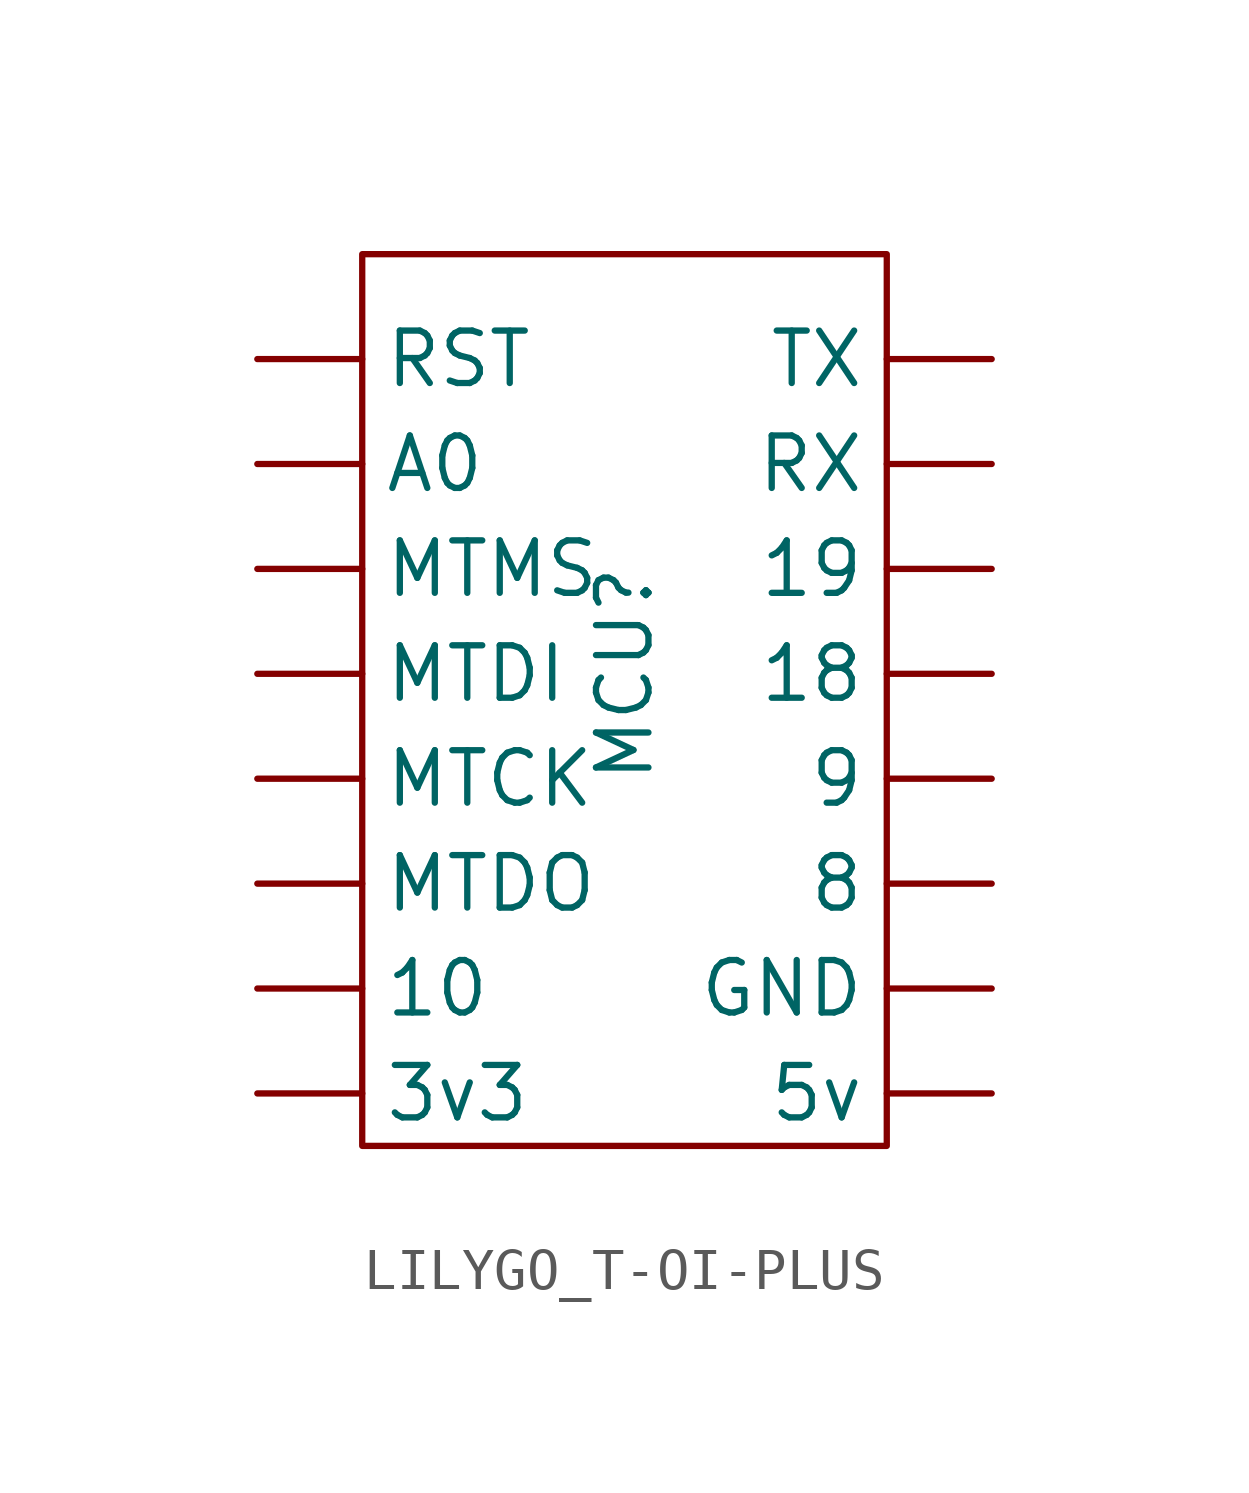
<source format=kicad_sym>
(kicad_symbol_lib
  (version 20220914)
  (generator kicad_symbol_editor)
  (symbol "LILYGO_T-OI-PLUS"
    (property "Reference" "MCU"
      (at 0 -2.54 90)
      (effects (font (size 1.27 1.27))))
    (property "Value" ""
      (at 0 0 0)
      (effects (font (size 1.27 1.27))))
    (symbol "LILYGO_T-OI-PLUS_0_1"
      (rectangle (start -6.35 7.62) (end 6.35 -13.97) (stroke (width 0) (type default)) (fill (type none))))
    (symbol "LILYGO_T-OI-PLUS_1_1"
      (pin bidirectional line (at -8.89 -10.16 0) (length 2.54) (name "10" (effects (font (size 1.27 1.27)))) (number "" (effects (font (size 1.27 1.27)))))
      (pin bidirectional line (at 8.89 -2.54 180) (length 2.54) (name "18" (effects (font (size 1.27 1.27)))) (number "" (effects (font (size 1.27 1.27)))))
      (pin bidirectional line (at 8.89 0 180) (length 2.54) (name "19" (effects (font (size 1.27 1.27)))) (number "" (effects (font (size 1.27 1.27)))))
      (pin power_in line (at -8.89 -12.7 0) (length 2.54) (name "3v3" (effects (font (size 1.27 1.27)))) (number "" (effects (font (size 1.27 1.27)))))
      (pin power_in line (at 8.89 -12.7 180) (length 2.54) (name "5v" (effects (font (size 1.27 1.27)))) (number "" (effects (font (size 1.27 1.27)))))
      (pin bidirectional line (at 8.89 -7.62 180) (length 2.54) (name "8" (effects (font (size 1.27 1.27)))) (number "" (effects (font (size 1.27 1.27)))))
      (pin bidirectional line (at 8.89 -5.08 180) (length 2.54) (name "9" (effects (font (size 1.27 1.27)))) (number "" (effects (font (size 1.27 1.27)))))
      (pin bidirectional line (at -8.89 2.54 0) (length 2.54) (name "A0" (effects (font (size 1.27 1.27)))) (number "" (effects (font (size 1.27 1.27)))))
      (pin power_out line (at 8.89 -10.16 180) (length 2.54) (name "GND" (effects (font (size 1.27 1.27)))) (number "" (effects (font (size 1.27 1.27)))))
      (pin bidirectional line (at -8.89 -5.08 0) (length 2.54) (name "MTCK" (effects (font (size 1.27 1.27)))) (number "" (effects (font (size 1.27 1.27)))))
      (pin bidirectional line (at -8.89 -2.54 0) (length 2.54) (name "MTDI" (effects (font (size 1.27 1.27)))) (number "" (effects (font (size 1.27 1.27)))))
      (pin bidirectional line (at -8.89 -7.62 0) (length 2.54) (name "MTDO" (effects (font (size 1.27 1.27)))) (number "" (effects (font (size 1.27 1.27)))))
      (pin bidirectional line (at -8.89 0 0) (length 2.54) (name "MTMS" (effects (font (size 1.27 1.27)))) (number "" (effects (font (size 1.27 1.27)))))
      (pin input line (at -8.89 5.08 0) (length 2.54) (name "RST" (effects (font (size 1.27 1.27)))) (number "" (effects (font (size 1.27 1.27)))))
      (pin bidirectional line (at 8.89 2.54 180) (length 2.54) (name "RX" (effects (font (size 1.27 1.27)))) (number "" (effects (font (size 1.27 1.27)))))
      (pin bidirectional line (at 8.89 5.08 180) (length 2.54) (name "TX" (effects (font (size 1.27 1.27)))) (number "" (effects (font (size 1.27 1.27))))))))
</source>
